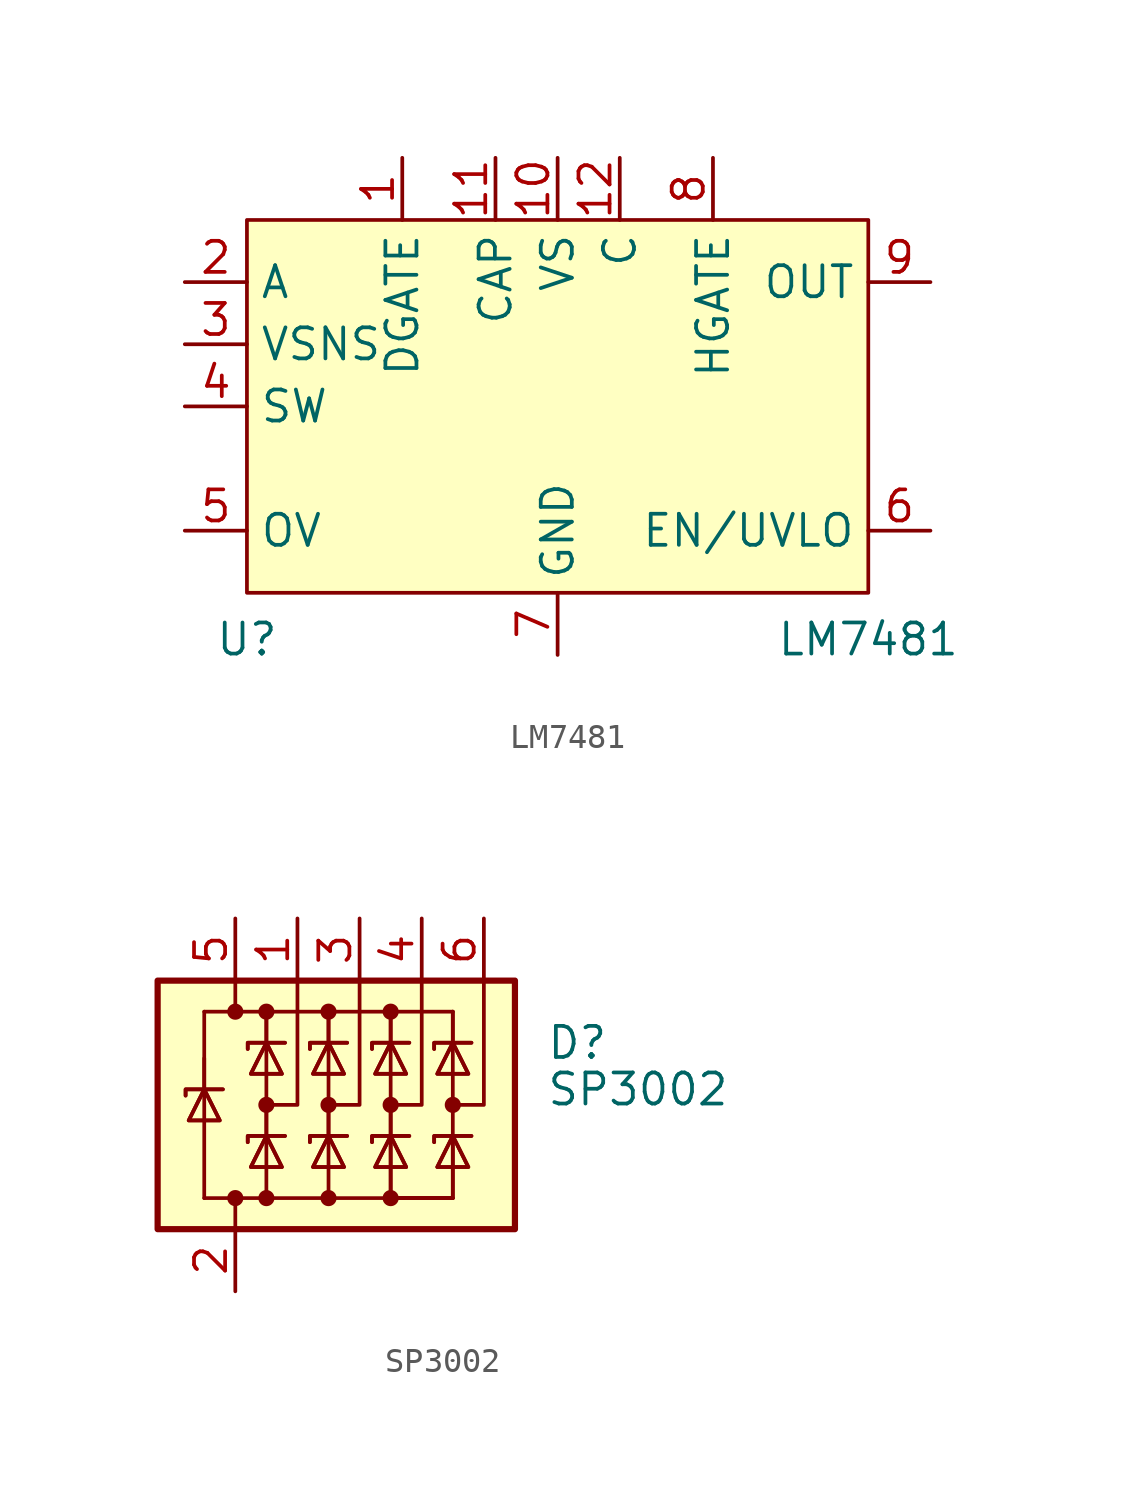
<source format=kicad_sym>
(kicad_symbol_lib
  (version 20231120)
  (generator "kicad_symbol_editor")
  (generator_version "8.0")
  (symbol "LM7481"
    (property "Reference" "U"
      (at -12.7 -17.145 0)
      (effects (font (size 1.27 1.27))))
    (property "Value" "LM7481"
      (at 12.7 -17.145 0)
      (effects (font (size 1.27 1.27))))
    (symbol "LM7481_1_1"
      (rectangle (start -12.7 0) (end 12.7 -15.24) (stroke (width 0) (type default)) (fill (type background)))
      (pin output line (at -6.35 2.54 270) (length 2.54) (name "DGATE" (effects (font (size 1.27 1.27)))) (number "1" (effects (font (size 1.27 1.27)))))
      (pin passive line (at 0 2.54 270) (length 2.54) (name "VS" (effects (font (size 1.27 1.27)))) (number "10" (effects (font (size 1.27 1.27)))))
      (pin passive line (at -2.54 2.54 270) (length 2.54) (name "CAP" (effects (font (size 1.27 1.27)))) (number "11" (effects (font (size 1.27 1.27)))))
      (pin passive line (at 2.54 2.54 270) (length 2.54) (name "C" (effects (font (size 1.27 1.27)))) (number "12" (effects (font (size 1.27 1.27)))))
      (pin no_connect line (at 12.7 -8.255 180) (length 2.54) hide (name "RTN" (effects (font (size 1.27 1.27)))) (number "13" (effects (font (size 1.27 1.27)))))
      (pin input line (at -15.24 -2.54 0) (length 2.54) (name "A" (effects (font (size 1.27 1.27)))) (number "2" (effects (font (size 1.27 1.27)))))
      (pin input line (at -15.24 -5.08 0) (length 2.54) (name "VSNS" (effects (font (size 1.27 1.27)))) (number "3" (effects (font (size 1.27 1.27)))))
      (pin input line (at -15.24 -7.62 0) (length 2.54) (name "SW" (effects (font (size 1.27 1.27)))) (number "4" (effects (font (size 1.27 1.27)))))
      (pin input line (at -15.24 -12.7 0) (length 2.54) (name "OV" (effects (font (size 1.27 1.27)))) (number "5" (effects (font (size 1.27 1.27)))))
      (pin input line (at 15.24 -12.7 180) (length 2.54) (name "EN/UVLO" (effects (font (size 1.27 1.27)))) (number "6" (effects (font (size 1.27 1.27)))))
      (pin passive line (at 0 -17.78 90) (length 2.54) (name "GND" (effects (font (size 1.27 1.27)))) (number "7" (effects (font (size 1.27 1.27)))))
      (pin output line (at 6.35 2.54 270) (length 2.54) (name "HGATE" (effects (font (size 1.27 1.27)))) (number "8" (effects (font (size 1.27 1.27)))))
      (pin passive line (at 15.24 -2.54 180) (length 2.54) (name "OUT" (effects (font (size 1.27 1.27)))) (number "9" (effects (font (size 1.27 1.27)))))))
  (symbol "SP3002"
    (pin_names hide)
    (property "Reference" "D"
      (at 5.08 2.54 0)
      (effects (font (size 1.27 1.27)) (justify left)))
    (property "Value" "SP3002"
      (at 5.08 0.635 0)
      (effects (font (size 1.27 1.27)) (justify left)))
    (symbol "SP3002_0_1"
      (rectangle (start -10.795 5.08) (end 3.81 -5.08) (stroke (width 0.254) (type default)) (fill (type background)))
      (circle (center -7.62 -3.81) (radius 0.254) (stroke (width 0) (type default)) (fill (type outline)))
      (circle (center -7.62 3.81) (radius 0.254) (stroke (width 0) (type default)) (fill (type outline)))
      (circle (center -6.35 -3.81) (radius 0.254) (stroke (width 0) (type default)) (fill (type outline)))
      (circle (center -6.35 0) (radius 0.254) (stroke (width 0) (type default)) (fill (type outline)))
      (circle (center -6.35 3.81) (radius 0.254) (stroke (width 0) (type default)) (fill (type outline)))
      (circle (center -3.81 -3.81) (radius 0.254) (stroke (width 0) (type default)) (fill (type outline)))
      (circle (center -3.81 0) (radius 0.254) (stroke (width 0) (type default)) (fill (type outline)))
      (circle (center -3.81 3.81) (radius 0.254) (stroke (width 0) (type default)) (fill (type outline)))
      (circle (center -1.27 -3.81) (radius 0.254) (stroke (width 0) (type default)) (fill (type outline)))
      (circle (center -1.27 0) (radius 0.254) (stroke (width 0) (type default)) (fill (type outline)))
      (circle (center -1.27 3.81) (radius 0.254) (stroke (width 0) (type default)) (fill (type outline)))
      (polyline (pts (xy -8.89 0.635) (xy -8.89 -3.81)) (stroke (width 0) (type default)) (fill (type none)))
      (polyline (pts (xy -8.89 1.905) (xy -8.89 0.635)) (stroke (width 0) (type default)) (fill (type none)))
      (polyline (pts (xy -8.89 3.81) (xy -8.89 0.635)) (stroke (width 0) (type default)) (fill (type none)))
      (polyline (pts (xy -7.62 -5.08) (xy -7.62 -3.81)) (stroke (width 0) (type default)) (fill (type none)))
      (polyline (pts (xy -6.35 -3.81) (xy -8.89 -3.81)) (stroke (width 0) (type default)) (fill (type none)))
      (polyline (pts (xy -6.35 0) (xy -6.35 -1.27)) (stroke (width 0) (type default)) (fill (type none)))
      (polyline (pts (xy -6.35 2.54) (xy -6.35 -1.27)) (stroke (width 0) (type default)) (fill (type none)))
      (polyline (pts (xy -6.35 3.81) (xy -6.35 2.54)) (stroke (width 0) (type default)) (fill (type none)))
      (polyline (pts (xy -6.35 3.81) (xy -6.35 2.54)) (stroke (width 0) (type default)) (fill (type none)))
      (polyline (pts (xy -3.81 0) (xy -3.81 -1.27)) (stroke (width 0) (type default)) (fill (type none)))
      (polyline (pts (xy -3.81 2.54) (xy -3.81 -1.27)) (stroke (width 0) (type default)) (fill (type none)))
      (polyline (pts (xy -3.81 3.81) (xy -3.81 2.54)) (stroke (width 0) (type default)) (fill (type none)))
      (polyline (pts (xy -3.81 3.81) (xy -3.81 2.54)) (stroke (width 0) (type default)) (fill (type none)))
      (polyline (pts (xy -1.27 0) (xy -1.27 -1.27)) (stroke (width 0) (type default)) (fill (type none)))
      (polyline (pts (xy -1.27 2.54) (xy -1.27 -1.27)) (stroke (width 0) (type default)) (fill (type none)))
      (polyline (pts (xy -1.27 3.81) (xy -1.27 2.54)) (stroke (width 0) (type default)) (fill (type none)))
      (polyline (pts (xy -1.27 3.81) (xy -1.27 2.54)) (stroke (width 0) (type default)) (fill (type none)))
      (polyline (pts (xy 1.27 2.54) (xy 1.27 -1.27)) (stroke (width 0) (type default)) (fill (type none)))
      (polyline (pts (xy 1.27 3.81) (xy -8.89 3.81)) (stroke (width 0) (type default)) (fill (type none)))
      (polyline (pts (xy 1.27 3.81) (xy 1.27 2.54)) (stroke (width 0) (type default)) (fill (type none)))
      (polyline (pts (xy 1.27 3.81) (xy 1.27 2.54)) (stroke (width 0) (type default)) (fill (type none)))
      (polyline (pts (xy -7.62 5.08) (xy -7.62 3.81) (xy -7.62 3.81)) (stroke (width 0) (type default)) (fill (type none)))
      (polyline (pts (xy -6.35 -1.27) (xy -6.35 -3.81) (xy -3.81 -3.81)) (stroke (width 0) (type default)) (fill (type none)))
      (polyline (pts (xy -5.08 5.08) (xy -5.08 0) (xy -6.35 0)) (stroke (width 0) (type default)) (fill (type none)))
      (polyline (pts (xy -3.81 -1.27) (xy -3.81 -3.81) (xy -1.27 -3.81)) (stroke (width 0) (type default)) (fill (type none)))
      (polyline (pts (xy -2.54 5.08) (xy -2.54 0) (xy -3.81 0)) (stroke (width 0) (type default)) (fill (type none)))
      (polyline (pts (xy -1.27 -1.27) (xy -1.27 -3.81) (xy 1.27 -3.81)) (stroke (width 0) (type default)) (fill (type none)))
      (polyline (pts (xy -1.27 -1.27) (xy -1.27 -3.81) (xy 1.27 -3.81)) (stroke (width 0) (type default)) (fill (type none)))
      (polyline (pts (xy 0 5.08) (xy 0 0) (xy -1.27 0)) (stroke (width 0) (type default)) (fill (type none)))
      (polyline (pts (xy 1.27 -1.27) (xy 1.27 -3.81) (xy -1.27 -3.81)) (stroke (width 0) (type default)) (fill (type none)))
      (polyline (pts (xy 1.27 -1.27) (xy 1.27 -3.81) (xy -1.27 -3.81)) (stroke (width 0) (type default)) (fill (type none)))
      (polyline (pts (xy 2.54 5.08) (xy 2.54 0) (xy 1.27 0)) (stroke (width 0) (type default)) (fill (type none)))
      (polyline (pts (xy -9.652 0.381) (xy -9.652 0.635) (xy -8.255 0.635) (xy -8.128 0.635)) (stroke (width 0) (type default)) (fill (type none)))
      (polyline (pts (xy -9.652 0.381) (xy -9.652 0.635) (xy -8.255 0.635) (xy -8.128 0.635)) (stroke (width 0) (type default)) (fill (type none)))
      (polyline (pts (xy -8.89 0.635) (xy -8.255 -0.635) (xy -9.525 -0.635) (xy -8.89 0.635)) (stroke (width 0) (type default)) (fill (type none)))
      (polyline (pts (xy -8.89 0.635) (xy -8.255 -0.635) (xy -9.525 -0.635) (xy -8.89 0.635)) (stroke (width 0) (type default)) (fill (type none)))
      (polyline (pts (xy -7.112 -1.524) (xy -7.112 -1.27) (xy -5.715 -1.27) (xy -5.588 -1.27)) (stroke (width 0) (type default)) (fill (type none)))
      (polyline (pts (xy -7.112 -1.524) (xy -7.112 -1.27) (xy -5.715 -1.27) (xy -5.588 -1.27)) (stroke (width 0) (type default)) (fill (type none)))
      (polyline (pts (xy -7.112 2.286) (xy -7.112 2.54) (xy -5.715 2.54) (xy -5.588 2.54)) (stroke (width 0) (type default)) (fill (type none)))
      (polyline (pts (xy -7.112 2.286) (xy -7.112 2.54) (xy -5.715 2.54) (xy -5.588 2.54)) (stroke (width 0) (type default)) (fill (type none)))
      (polyline (pts (xy -6.35 -1.27) (xy -5.715 -2.54) (xy -6.985 -2.54) (xy -6.35 -1.27)) (stroke (width 0) (type default)) (fill (type none)))
      (polyline (pts (xy -6.35 -1.27) (xy -5.715 -2.54) (xy -6.985 -2.54) (xy -6.35 -1.27)) (stroke (width 0) (type default)) (fill (type none)))
      (polyline (pts (xy -6.35 2.54) (xy -5.715 1.27) (xy -6.985 1.27) (xy -6.35 2.54)) (stroke (width 0) (type default)) (fill (type none)))
      (polyline (pts (xy -6.35 2.54) (xy -5.715 1.27) (xy -6.985 1.27) (xy -6.35 2.54)) (stroke (width 0) (type default)) (fill (type none)))
      (polyline (pts (xy -4.572 -1.524) (xy -4.572 -1.27) (xy -3.175 -1.27) (xy -3.048 -1.27)) (stroke (width 0) (type default)) (fill (type none)))
      (polyline (pts (xy -4.572 -1.524) (xy -4.572 -1.27) (xy -3.175 -1.27) (xy -3.048 -1.27)) (stroke (width 0) (type default)) (fill (type none)))
      (polyline (pts (xy -4.572 2.286) (xy -4.572 2.54) (xy -3.175 2.54) (xy -3.048 2.54)) (stroke (width 0) (type default)) (fill (type none)))
      (polyline (pts (xy -4.572 2.286) (xy -4.572 2.54) (xy -3.175 2.54) (xy -3.048 2.54)) (stroke (width 0) (type default)) (fill (type none)))
      (polyline (pts (xy -3.81 -1.27) (xy -3.175 -2.54) (xy -4.445 -2.54) (xy -3.81 -1.27)) (stroke (width 0) (type default)) (fill (type none)))
      (polyline (pts (xy -3.81 -1.27) (xy -3.175 -2.54) (xy -4.445 -2.54) (xy -3.81 -1.27)) (stroke (width 0) (type default)) (fill (type none)))
      (polyline (pts (xy -3.81 2.54) (xy -3.175 1.27) (xy -4.445 1.27) (xy -3.81 2.54)) (stroke (width 0) (type default)) (fill (type none)))
      (polyline (pts (xy -3.81 2.54) (xy -3.175 1.27) (xy -4.445 1.27) (xy -3.81 2.54)) (stroke (width 0) (type default)) (fill (type none)))
      (polyline (pts (xy -2.032 -1.524) (xy -2.032 -1.27) (xy -0.635 -1.27) (xy -0.508 -1.27)) (stroke (width 0) (type default)) (fill (type none)))
      (polyline (pts (xy -2.032 -1.524) (xy -2.032 -1.27) (xy -0.635 -1.27) (xy -0.508 -1.27)) (stroke (width 0) (type default)) (fill (type none)))
      (polyline (pts (xy -2.032 2.286) (xy -2.032 2.54) (xy -0.635 2.54) (xy -0.508 2.54)) (stroke (width 0) (type default)) (fill (type none)))
      (polyline (pts (xy -2.032 2.286) (xy -2.032 2.54) (xy -0.635 2.54) (xy -0.508 2.54)) (stroke (width 0) (type default)) (fill (type none)))
      (polyline (pts (xy -1.27 -1.27) (xy -0.635 -2.54) (xy -1.905 -2.54) (xy -1.27 -1.27)) (stroke (width 0) (type default)) (fill (type none)))
      (polyline (pts (xy -1.27 -1.27) (xy -0.635 -2.54) (xy -1.905 -2.54) (xy -1.27 -1.27)) (stroke (width 0) (type default)) (fill (type none)))
      (polyline (pts (xy -1.27 2.54) (xy -0.635 1.27) (xy -1.905 1.27) (xy -1.27 2.54)) (stroke (width 0) (type default)) (fill (type none)))
      (polyline (pts (xy -1.27 2.54) (xy -0.635 1.27) (xy -1.905 1.27) (xy -1.27 2.54)) (stroke (width 0) (type default)) (fill (type none)))
      (polyline (pts (xy 0.508 -1.524) (xy 0.508 -1.27) (xy 1.905 -1.27) (xy 2.032 -1.27)) (stroke (width 0) (type default)) (fill (type none)))
      (polyline (pts (xy 0.508 -1.524) (xy 0.508 -1.27) (xy 1.905 -1.27) (xy 2.032 -1.27)) (stroke (width 0) (type default)) (fill (type none)))
      (polyline (pts (xy 0.508 2.286) (xy 0.508 2.54) (xy 1.905 2.54) (xy 2.032 2.54)) (stroke (width 0) (type default)) (fill (type none)))
      (polyline (pts (xy 0.508 2.286) (xy 0.508 2.54) (xy 1.905 2.54) (xy 2.032 2.54)) (stroke (width 0) (type default)) (fill (type none)))
      (polyline (pts (xy 1.27 -1.27) (xy 0.635 -2.54) (xy 1.905 -2.54) (xy 1.27 -1.27)) (stroke (width 0) (type default)) (fill (type none)))
      (polyline (pts (xy 1.27 -1.27) (xy 0.635 -2.54) (xy 1.905 -2.54) (xy 1.27 -1.27)) (stroke (width 0) (type default)) (fill (type none)))
      (polyline (pts (xy 1.27 2.54) (xy 0.635 1.27) (xy 1.905 1.27) (xy 1.27 2.54)) (stroke (width 0) (type default)) (fill (type none)))
      (polyline (pts (xy 1.27 2.54) (xy 0.635 1.27) (xy 1.905 1.27) (xy 1.27 2.54)) (stroke (width 0) (type default)) (fill (type none)))
      (circle (center 1.27 0) (radius 0.254) (stroke (width 0) (type default)) (fill (type outline))))
    (symbol "SP3002_1_0"
      (pin passive line (at -7.62 -7.62 90) (length 2.54) (name "A" (effects (font (size 1.27 1.27)))) (number "2" (effects (font (size 1.27 1.27))))))
    (symbol "SP3002_1_1"
      (pin passive line (at -5.08 7.62 270) (length 2.54) (name "K1" (effects (font (size 1.27 1.27)))) (number "1" (effects (font (size 1.27 1.27)))))
      (pin passive line (at -2.54 7.62 270) (length 2.54) (name "K2" (effects (font (size 1.27 1.27)))) (number "3" (effects (font (size 1.27 1.27)))))
      (pin passive line (at 0 7.62 270) (length 2.54) (name "K3" (effects (font (size 1.27 1.27)))) (number "4" (effects (font (size 1.27 1.27)))))
      (pin passive line (at -7.62 7.62 270) (length 2.54) (name "K1" (effects (font (size 1.27 1.27)))) (number "5" (effects (font (size 1.27 1.27)))))
      (pin passive line (at 2.54 7.62 270) (length 2.54) (name "K4" (effects (font (size 1.27 1.27)))) (number "6" (effects (font (size 1.27 1.27))))))))
</source>
